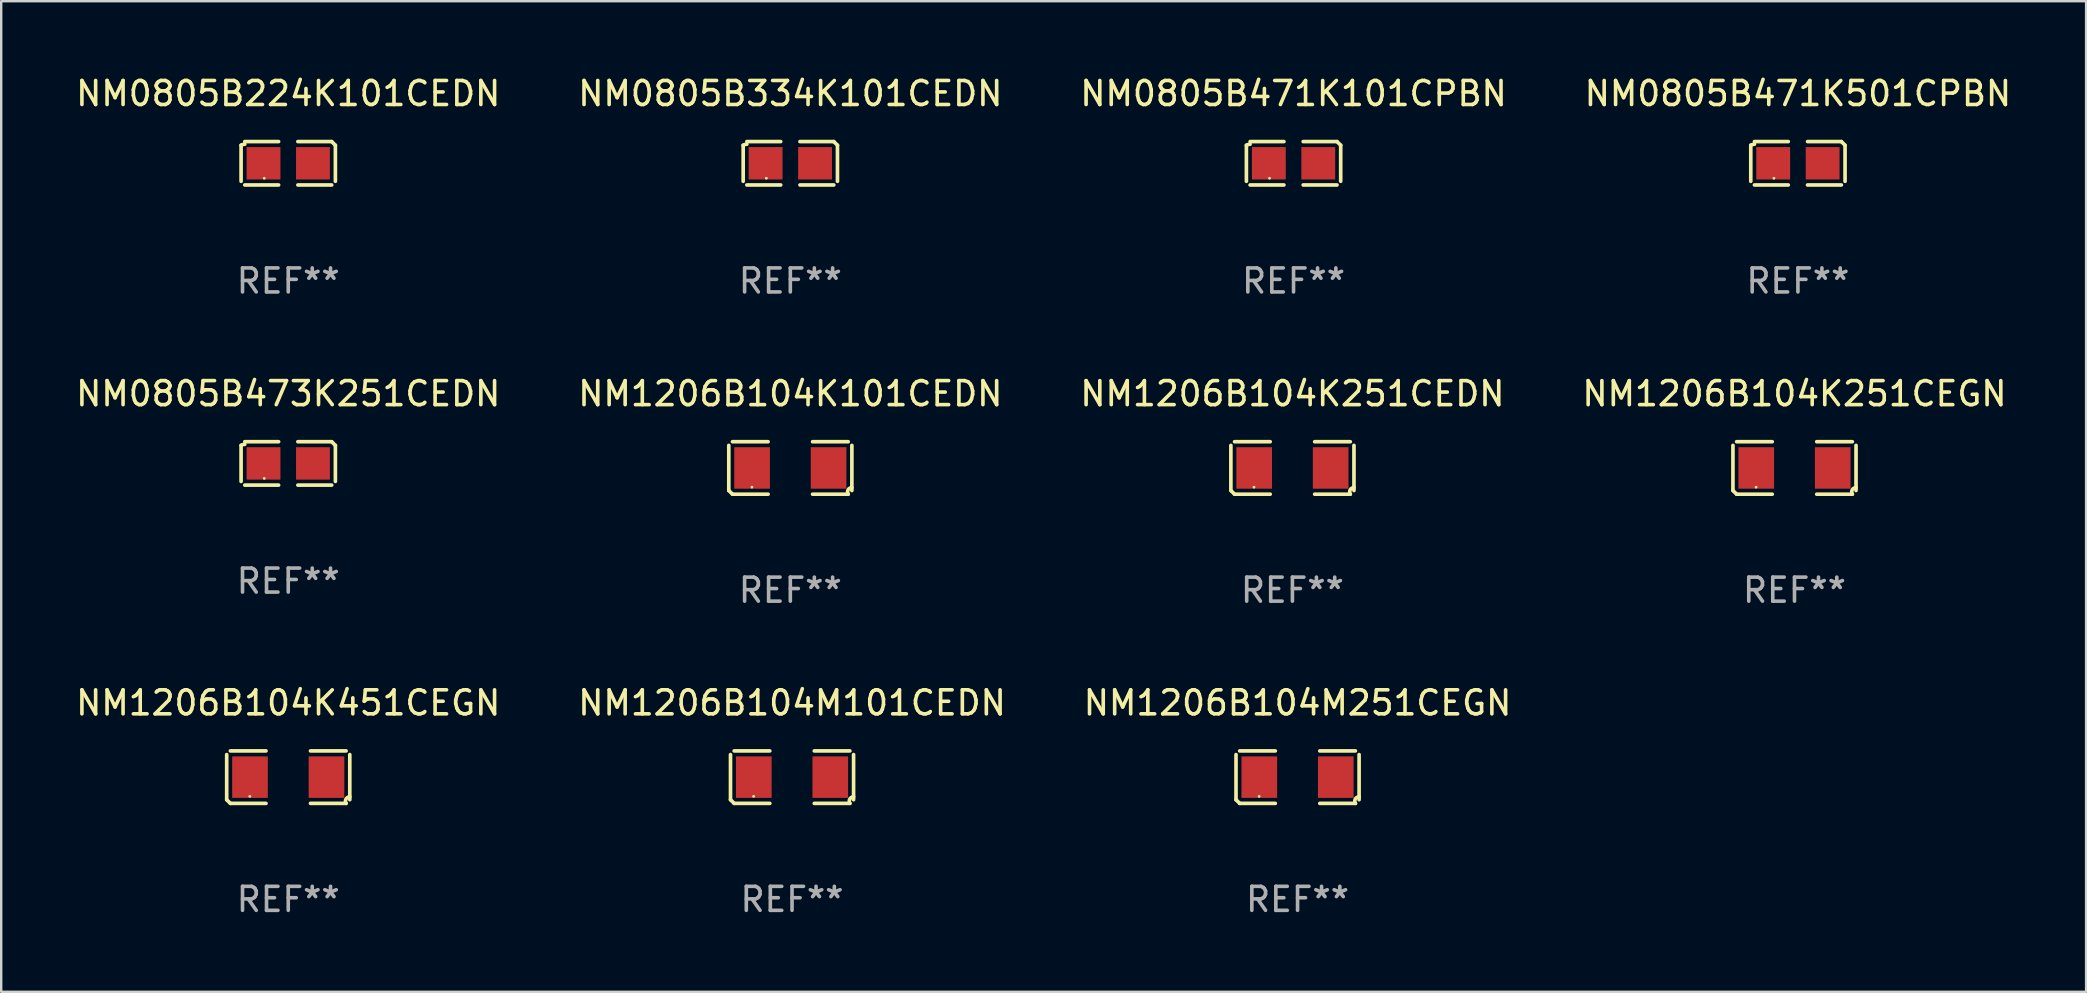
<source format=kicad_pcb>
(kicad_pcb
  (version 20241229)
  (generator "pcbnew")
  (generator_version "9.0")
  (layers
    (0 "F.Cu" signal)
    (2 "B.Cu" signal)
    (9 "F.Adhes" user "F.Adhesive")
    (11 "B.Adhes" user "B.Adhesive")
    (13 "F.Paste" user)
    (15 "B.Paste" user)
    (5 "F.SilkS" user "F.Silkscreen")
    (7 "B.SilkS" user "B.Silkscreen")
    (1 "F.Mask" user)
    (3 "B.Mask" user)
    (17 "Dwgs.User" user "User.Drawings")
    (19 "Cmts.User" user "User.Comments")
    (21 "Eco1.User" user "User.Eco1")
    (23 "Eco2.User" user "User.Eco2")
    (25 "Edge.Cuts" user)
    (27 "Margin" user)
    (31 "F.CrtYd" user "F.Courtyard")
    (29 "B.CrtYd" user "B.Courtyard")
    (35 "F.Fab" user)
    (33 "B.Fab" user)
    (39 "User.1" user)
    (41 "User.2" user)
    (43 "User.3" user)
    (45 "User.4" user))
  (footprint "NM1206B104M101CEDN"
    (layer "F.Cu")
    (at 29.946 29.326)
    (property "Reference" "NM1206B104M101CEDN" (at 0 -3.093 0) (layer "F.SilkS") (effects (font (size 1 1) (thickness 0.15))))
    (attr through_hole)
    (fp_line (start -2.564 0.94) (end -2.564 -0.94) (stroke (width 0.152) (type solid)) (layer "F.SilkS"))
    (fp_line (start -2.411 -1.093) (end -0.926 -1.093) (stroke (width 0.152) (type solid)) (layer "F.SilkS"))
    (fp_line (start -0.926 1.093) (end -2.411 1.093) (stroke (width 0.152) (type solid)) (layer "F.SilkS"))
    (fp_line (start 0.926 1.093) (end 2.411 1.093) (stroke (width 0.152) (type solid)) (layer "F.SilkS"))
    (fp_line (start 2.411 -1.093) (end 0.926 -1.093) (stroke (width 0.152) (type solid)) (layer "F.SilkS"))
    (fp_line (start 2.564 0.94) (end 2.564 -0.94) (stroke (width 0.152) (type solid)) (layer "F.SilkS"))
    (fp_arc (start -2.411201 1.092609) (mid -2.487413 1.01642) (end -2.563602 0.940208) (stroke (width 0.1524) (type solid)) (layer "F.SilkS"))
    (fp_arc (start 2.411201 1.092609) (mid 2.407159 0.911226) (end 2.563602 0.819347) (stroke (width 0.1524) (type solid)) (layer "F.SilkS"))
    (fp_circle (center -1.6 0.8) (end -1.57 0.8) (stroke (width 0.06) (type solid)) (fill no) (layer "F.SilkS"))
    (fp_text user "REF**" (at 0 5.093 0) (layer "F.Fab") (effects (font (size 1 1) (thickness 0.15))))
    (pad "1" smd rect (at -1.593 0) (size 1.485 1.728) (layers "F.Cu" "F.Mask" "F.Paste"))
    (pad "2" smd rect (at 1.593 0) (size 1.485 1.728) (layers "F.Cu" "F.Mask" "F.Paste")))
  (footprint "NM1206B104M251CEGN"
    (layer "F.Cu")
    (at 51.006 29.326)
    (property "Reference" "NM1206B104M251CEGN" (at 0 -3.093 0) (layer "F.SilkS") (effects (font (size 1 1) (thickness 0.15))))
    (attr through_hole)
    (fp_line (start -2.564 0.94) (end -2.564 -0.94) (stroke (width 0.152) (type solid)) (layer "F.SilkS"))
    (fp_line (start -2.411 -1.093) (end -0.926 -1.093) (stroke (width 0.152) (type solid)) (layer "F.SilkS"))
    (fp_line (start -0.926 1.093) (end -2.411 1.093) (stroke (width 0.152) (type solid)) (layer "F.SilkS"))
    (fp_line (start 0.926 1.093) (end 2.411 1.093) (stroke (width 0.152) (type solid)) (layer "F.SilkS"))
    (fp_line (start 2.411 -1.093) (end 0.926 -1.093) (stroke (width 0.152) (type solid)) (layer "F.SilkS"))
    (fp_line (start 2.564 0.94) (end 2.564 -0.94) (stroke (width 0.152) (type solid)) (layer "F.SilkS"))
    (fp_arc (start -2.411201 1.092609) (mid -2.487413 1.01642) (end -2.563602 0.940208) (stroke (width 0.1524) (type solid)) (layer "F.SilkS"))
    (fp_arc (start 2.411201 1.092609) (mid 2.407159 0.911226) (end 2.563602 0.819347) (stroke (width 0.1524) (type solid)) (layer "F.SilkS"))
    (fp_circle (center -1.6 0.8) (end -1.57 0.8) (stroke (width 0.06) (type solid)) (fill no) (layer "F.SilkS"))
    (fp_text user "REF**" (at 0 5.093 0) (layer "F.Fab") (effects (font (size 1 1) (thickness 0.15))))
    (pad "1" smd rect (at -1.593 0) (size 1.485 1.728) (layers "F.Cu" "F.Mask" "F.Paste"))
    (pad "2" smd rect (at 1.593 0) (size 1.485 1.728) (layers "F.Cu" "F.Mask" "F.Paste")))
  (footprint "NM1206B104K251CEGN"
    (layer "F.Cu")
    (at 71.708 16.445)
    (property "Reference" "NM1206B104K251CEGN" (at 0 -3.093 0) (layer "F.SilkS") (effects (font (size 1 1) (thickness 0.15))))
    (attr through_hole)
    (fp_line (start -2.564 0.94) (end -2.564 -0.94) (stroke (width 0.152) (type solid)) (layer "F.SilkS"))
    (fp_line (start -2.411 -1.093) (end -0.926 -1.093) (stroke (width 0.152) (type solid)) (layer "F.SilkS"))
    (fp_line (start -0.926 1.093) (end -2.411 1.093) (stroke (width 0.152) (type solid)) (layer "F.SilkS"))
    (fp_line (start 0.926 1.093) (end 2.411 1.093) (stroke (width 0.152) (type solid)) (layer "F.SilkS"))
    (fp_line (start 2.411 -1.093) (end 0.926 -1.093) (stroke (width 0.152) (type solid)) (layer "F.SilkS"))
    (fp_line (start 2.564 0.94) (end 2.564 -0.94) (stroke (width 0.152) (type solid)) (layer "F.SilkS"))
    (fp_arc (start -2.411201 1.092609) (mid -2.487413 1.01642) (end -2.563602 0.940208) (stroke (width 0.1524) (type solid)) (layer "F.SilkS"))
    (fp_arc (start 2.411201 1.092609) (mid 2.407159 0.911226) (end 2.563602 0.819347) (stroke (width 0.1524) (type solid)) (layer "F.SilkS"))
    (fp_circle (center -1.6 0.8) (end -1.57 0.8) (stroke (width 0.06) (type solid)) (fill no) (layer "F.SilkS"))
    (fp_text user "REF**" (at 0 5.093 0) (layer "F.Fab") (effects (font (size 1 1) (thickness 0.15))))
    (pad "1" smd rect (at -1.593 0) (size 1.485 1.728) (layers "F.Cu" "F.Mask" "F.Paste"))
    (pad "2" smd rect (at 1.593 0) (size 1.485 1.728) (layers "F.Cu" "F.Mask" "F.Paste")))
  (footprint "NM0805B471K501CPBN"
    (layer "F.Cu")
    (at 71.851 3.752)
    (property "Reference" "NM0805B471K501CPBN" (at 0 -2.904 0) (layer "F.SilkS") (effects (font (size 1 1) (thickness 0.15))))
    (attr through_hole)
    (fp_line (start -1.964 0.751) (end -1.964 -0.751) (stroke (width 0.152) (type solid)) (layer "F.SilkS"))
    (fp_line (start -1.811 -0.904) (end -0.401 -0.904) (stroke (width 0.152) (type solid)) (layer "F.SilkS"))
    (fp_line (start -0.401 0.904) (end -1.811 0.904) (stroke (width 0.152) (type solid)) (layer "F.SilkS"))
    (fp_line (start 0.401 0.904) (end 1.811 0.904) (stroke (width 0.152) (type solid)) (layer "F.SilkS"))
    (fp_line (start 1.811 -0.904) (end 0.401 -0.904) (stroke (width 0.152) (type solid)) (layer "F.SilkS"))
    (fp_line (start 1.964 0.751) (end 1.964 -0.751) (stroke (width 0.152) (type solid)) (layer "F.SilkS"))
    (fp_arc (start -1.963602 -0.751207) (mid -1.890354 -0.783131) (end -1.811201 -0.794044) (stroke (width 0.1524) (type solid)) (layer "F.SilkS"))
    (fp_arc (start 1.811202 -0.903607) (mid 1.887413 -0.827418) (end 1.963602 -0.751207) (stroke (width 0.1524) (type solid)) (layer "F.SilkS"))
    (fp_circle (center -1 0.625) (end -0.97 0.625) (stroke (width 0.06) (type solid)) (fill no) (layer "F.SilkS"))
    (fp_text user "REF**" (at 0 4.904 0) (layer "F.Fab") (effects (font (size 1 1) (thickness 0.15))))
    (pad "1" smd rect (at -1.03 0) (size 1.41 1.35) (layers "F.Cu" "F.Mask" "F.Paste"))
    (pad "2" smd rect (at 1.03 0) (size 1.41 1.35) (layers "F.Cu" "F.Mask" "F.Paste")))
  (footprint "NM1206B104K251CEDN"
    (layer "F.Cu")
    (at 50.792 16.445)
    (property "Reference" "NM1206B104K251CEDN" (at 0 -3.093 0) (layer "F.SilkS") (effects (font (size 1 1) (thickness 0.15))))
    (attr through_hole)
    (fp_line (start -2.564 0.94) (end -2.564 -0.94) (stroke (width 0.152) (type solid)) (layer "F.SilkS"))
    (fp_line (start -2.411 -1.093) (end -0.926 -1.093) (stroke (width 0.152) (type solid)) (layer "F.SilkS"))
    (fp_line (start -0.926 1.093) (end -2.411 1.093) (stroke (width 0.152) (type solid)) (layer "F.SilkS"))
    (fp_line (start 0.926 1.093) (end 2.411 1.093) (stroke (width 0.152) (type solid)) (layer "F.SilkS"))
    (fp_line (start 2.411 -1.093) (end 0.926 -1.093) (stroke (width 0.152) (type solid)) (layer "F.SilkS"))
    (fp_line (start 2.564 0.94) (end 2.564 -0.94) (stroke (width 0.152) (type solid)) (layer "F.SilkS"))
    (fp_arc (start -2.411201 1.092609) (mid -2.487413 1.01642) (end -2.563602 0.940208) (stroke (width 0.1524) (type solid)) (layer "F.SilkS"))
    (fp_arc (start 2.411201 1.092609) (mid 2.407159 0.911226) (end 2.563602 0.819347) (stroke (width 0.1524) (type solid)) (layer "F.SilkS"))
    (fp_circle (center -1.6 0.8) (end -1.57 0.8) (stroke (width 0.06) (type solid)) (fill no) (layer "F.SilkS"))
    (fp_text user "REF**" (at 0 5.093 0) (layer "F.Fab") (effects (font (size 1 1) (thickness 0.15))))
    (pad "1" smd rect (at -1.593 0) (size 1.485 1.728) (layers "F.Cu" "F.Mask" "F.Paste"))
    (pad "2" smd rect (at 1.593 0) (size 1.485 1.728) (layers "F.Cu" "F.Mask" "F.Paste")))
  (footprint "NM1206B104K101CEDN"
    (layer "F.Cu")
    (at 29.875 16.445)
    (property "Reference" "NM1206B104K101CEDN" (at 0 -3.093 0) (layer "F.SilkS") (effects (font (size 1 1) (thickness 0.15))))
    (attr through_hole)
    (fp_line (start -2.564 0.94) (end -2.564 -0.94) (stroke (width 0.152) (type solid)) (layer "F.SilkS"))
    (fp_line (start -2.411 -1.093) (end -0.926 -1.093) (stroke (width 0.152) (type solid)) (layer "F.SilkS"))
    (fp_line (start -0.926 1.093) (end -2.411 1.093) (stroke (width 0.152) (type solid)) (layer "F.SilkS"))
    (fp_line (start 0.926 1.093) (end 2.411 1.093) (stroke (width 0.152) (type solid)) (layer "F.SilkS"))
    (fp_line (start 2.411 -1.093) (end 0.926 -1.093) (stroke (width 0.152) (type solid)) (layer "F.SilkS"))
    (fp_line (start 2.564 0.94) (end 2.564 -0.94) (stroke (width 0.152) (type solid)) (layer "F.SilkS"))
    (fp_arc (start -2.411201 1.092609) (mid -2.487413 1.01642) (end -2.563602 0.940208) (stroke (width 0.1524) (type solid)) (layer "F.SilkS"))
    (fp_arc (start 2.411201 1.092609) (mid 2.407159 0.911226) (end 2.563602 0.819347) (stroke (width 0.1524) (type solid)) (layer "F.SilkS"))
    (fp_circle (center -1.6 0.8) (end -1.57 0.8) (stroke (width 0.06) (type solid)) (fill no) (layer "F.SilkS"))
    (fp_text user "REF**" (at 0 5.093 0) (layer "F.Fab") (effects (font (size 1 1) (thickness 0.15))))
    (pad "1" smd rect (at -1.593 0) (size 1.485 1.728) (layers "F.Cu" "F.Mask" "F.Paste"))
    (pad "2" smd rect (at 1.593 0) (size 1.485 1.728) (layers "F.Cu" "F.Mask" "F.Paste")))
  (footprint "NM0805B334K101CEDN"
    (layer "F.Cu")
    (at 29.875 3.752)
    (property "Reference" "NM0805B334K101CEDN" (at 0 -2.904 0) (layer "F.SilkS") (effects (font (size 1 1) (thickness 0.15))))
    (attr through_hole)
    (fp_line (start -1.964 0.751) (end -1.964 -0.751) (stroke (width 0.152) (type solid)) (layer "F.SilkS"))
    (fp_line (start -1.811 -0.904) (end -0.401 -0.904) (stroke (width 0.152) (type solid)) (layer "F.SilkS"))
    (fp_line (start -0.401 0.904) (end -1.811 0.904) (stroke (width 0.152) (type solid)) (layer "F.SilkS"))
    (fp_line (start 0.401 0.904) (end 1.811 0.904) (stroke (width 0.152) (type solid)) (layer "F.SilkS"))
    (fp_line (start 1.811 -0.904) (end 0.401 -0.904) (stroke (width 0.152) (type solid)) (layer "F.SilkS"))
    (fp_line (start 1.964 0.751) (end 1.964 -0.751) (stroke (width 0.152) (type solid)) (layer "F.SilkS"))
    (fp_arc (start -1.963602 -0.751207) (mid -1.890354 -0.783131) (end -1.811201 -0.794044) (stroke (width 0.1524) (type solid)) (layer "F.SilkS"))
    (fp_arc (start 1.811202 -0.903607) (mid 1.887413 -0.827418) (end 1.963602 -0.751207) (stroke (width 0.1524) (type solid)) (layer "F.SilkS"))
    (fp_circle (center -1 0.625) (end -0.97 0.625) (stroke (width 0.06) (type solid)) (fill no) (layer "F.SilkS"))
    (fp_text user "REF**" (at 0 4.904 0) (layer "F.Fab") (effects (font (size 1 1) (thickness 0.15))))
    (pad "1" smd rect (at -1.03 0) (size 1.41 1.35) (layers "F.Cu" "F.Mask" "F.Paste"))
    (pad "2" smd rect (at 1.03 0) (size 1.41 1.35) (layers "F.Cu" "F.Mask" "F.Paste")))
  (footprint "NM1206B104K451CEGN"
    (layer "F.Cu")
    (at 8.958 29.326)
    (property "Reference" "NM1206B104K451CEGN" (at 0 -3.093 0) (layer "F.SilkS") (effects (font (size 1 1) (thickness 0.15))))
    (attr through_hole)
    (fp_line (start -2.564 0.94) (end -2.564 -0.94) (stroke (width 0.152) (type solid)) (layer "F.SilkS"))
    (fp_line (start -2.411 -1.093) (end -0.926 -1.093) (stroke (width 0.152) (type solid)) (layer "F.SilkS"))
    (fp_line (start -0.926 1.093) (end -2.411 1.093) (stroke (width 0.152) (type solid)) (layer "F.SilkS"))
    (fp_line (start 0.926 1.093) (end 2.411 1.093) (stroke (width 0.152) (type solid)) (layer "F.SilkS"))
    (fp_line (start 2.411 -1.093) (end 0.926 -1.093) (stroke (width 0.152) (type solid)) (layer "F.SilkS"))
    (fp_line (start 2.564 0.94) (end 2.564 -0.94) (stroke (width 0.152) (type solid)) (layer "F.SilkS"))
    (fp_arc (start -2.411201 1.092609) (mid -2.487413 1.01642) (end -2.563602 0.940208) (stroke (width 0.1524) (type solid)) (layer "F.SilkS"))
    (fp_arc (start 2.411201 1.092609) (mid 2.407159 0.911226) (end 2.563602 0.819347) (stroke (width 0.1524) (type solid)) (layer "F.SilkS"))
    (fp_circle (center -1.6 0.8) (end -1.57 0.8) (stroke (width 0.06) (type solid)) (fill no) (layer "F.SilkS"))
    (fp_text user "REF**" (at 0 5.093 0) (layer "F.Fab") (effects (font (size 1 1) (thickness 0.15))))
    (pad "1" smd rect (at -1.593 0) (size 1.485 1.728) (layers "F.Cu" "F.Mask" "F.Paste"))
    (pad "2" smd rect (at 1.593 0) (size 1.485 1.728) (layers "F.Cu" "F.Mask" "F.Paste")))
  (footprint "NM0805B471K101CPBN"
    (layer "F.Cu")
    (at 50.839 3.752)
    (property "Reference" "NM0805B471K101CPBN" (at 0 -2.904 0) (layer "F.SilkS") (effects (font (size 1 1) (thickness 0.15))))
    (attr through_hole)
    (fp_line (start -1.964 0.751) (end -1.964 -0.751) (stroke (width 0.152) (type solid)) (layer "F.SilkS"))
    (fp_line (start -1.811 -0.904) (end -0.401 -0.904) (stroke (width 0.152) (type solid)) (layer "F.SilkS"))
    (fp_line (start -0.401 0.904) (end -1.811 0.904) (stroke (width 0.152) (type solid)) (layer "F.SilkS"))
    (fp_line (start 0.401 0.904) (end 1.811 0.904) (stroke (width 0.152) (type solid)) (layer "F.SilkS"))
    (fp_line (start 1.811 -0.904) (end 0.401 -0.904) (stroke (width 0.152) (type solid)) (layer "F.SilkS"))
    (fp_line (start 1.964 0.751) (end 1.964 -0.751) (stroke (width 0.152) (type solid)) (layer "F.SilkS"))
    (fp_arc (start -1.963602 -0.751207) (mid -1.890354 -0.783131) (end -1.811201 -0.794044) (stroke (width 0.1524) (type solid)) (layer "F.SilkS"))
    (fp_arc (start 1.811202 -0.903607) (mid 1.887413 -0.827418) (end 1.963602 -0.751207) (stroke (width 0.1524) (type solid)) (layer "F.SilkS"))
    (fp_circle (center -1 0.625) (end -0.97 0.625) (stroke (width 0.06) (type solid)) (fill no) (layer "F.SilkS"))
    (fp_text user "REF**" (at 0 4.904 0) (layer "F.Fab") (effects (font (size 1 1) (thickness 0.15))))
    (pad "1" smd rect (at -1.03 0) (size 1.41 1.35) (layers "F.Cu" "F.Mask" "F.Paste"))
    (pad "2" smd rect (at 1.03 0) (size 1.41 1.35) (layers "F.Cu" "F.Mask" "F.Paste")))
  (footprint "NM0805B473K251CEDN"
    (layer "F.Cu")
    (at 8.958 16.256)
    (property "Reference" "NM0805B473K251CEDN" (at 0 -2.904 0) (layer "F.SilkS") (effects (font (size 1 1) (thickness 0.15))))
    (attr through_hole)
    (fp_line (start -1.964 0.751) (end -1.964 -0.751) (stroke (width 0.152) (type solid)) (layer "F.SilkS"))
    (fp_line (start -1.811 -0.904) (end -0.401 -0.904) (stroke (width 0.152) (type solid)) (layer "F.SilkS"))
    (fp_line (start -0.401 0.904) (end -1.811 0.904) (stroke (width 0.152) (type solid)) (layer "F.SilkS"))
    (fp_line (start 0.401 0.904) (end 1.811 0.904) (stroke (width 0.152) (type solid)) (layer "F.SilkS"))
    (fp_line (start 1.811 -0.904) (end 0.401 -0.904) (stroke (width 0.152) (type solid)) (layer "F.SilkS"))
    (fp_line (start 1.964 0.751) (end 1.964 -0.751) (stroke (width 0.152) (type solid)) (layer "F.SilkS"))
    (fp_arc (start -1.963602 -0.751207) (mid -1.890354 -0.783131) (end -1.811201 -0.794044) (stroke (width 0.1524) (type solid)) (layer "F.SilkS"))
    (fp_arc (start 1.811202 -0.903607) (mid 1.887413 -0.827418) (end 1.963602 -0.751207) (stroke (width 0.1524) (type solid)) (layer "F.SilkS"))
    (fp_circle (center -1 0.625) (end -0.97 0.625) (stroke (width 0.06) (type solid)) (fill no) (layer "F.SilkS"))
    (fp_text user "REF**" (at 0 4.904 0) (layer "F.Fab") (effects (font (size 1 1) (thickness 0.15))))
    (pad "1" smd rect (at -1.03 0) (size 1.41 1.35) (layers "F.Cu" "F.Mask" "F.Paste"))
    (pad "2" smd rect (at 1.03 0) (size 1.41 1.35) (layers "F.Cu" "F.Mask" "F.Paste")))
  (footprint "NM0805B224K101CEDN"
    (layer "F.Cu")
    (at 8.958 3.752)
    (property "Reference" "NM0805B224K101CEDN" (at 0 -2.904 0) (layer "F.SilkS") (effects (font (size 1 1) (thickness 0.15))))
    (attr through_hole)
    (fp_line (start -1.964 0.751) (end -1.964 -0.751) (stroke (width 0.152) (type solid)) (layer "F.SilkS"))
    (fp_line (start -1.811 -0.904) (end -0.401 -0.904) (stroke (width 0.152) (type solid)) (layer "F.SilkS"))
    (fp_line (start -0.401 0.904) (end -1.811 0.904) (stroke (width 0.152) (type solid)) (layer "F.SilkS"))
    (fp_line (start 0.401 0.904) (end 1.811 0.904) (stroke (width 0.152) (type solid)) (layer "F.SilkS"))
    (fp_line (start 1.811 -0.904) (end 0.401 -0.904) (stroke (width 0.152) (type solid)) (layer "F.SilkS"))
    (fp_line (start 1.964 0.751) (end 1.964 -0.751) (stroke (width 0.152) (type solid)) (layer "F.SilkS"))
    (fp_arc (start -1.963602 -0.751207) (mid -1.890354 -0.783131) (end -1.811201 -0.794044) (stroke (width 0.1524) (type solid)) (layer "F.SilkS"))
    (fp_arc (start 1.811202 -0.903607) (mid 1.887413 -0.827418) (end 1.963602 -0.751207) (stroke (width 0.1524) (type solid)) (layer "F.SilkS"))
    (fp_circle (center -1 0.625) (end -0.97 0.625) (stroke (width 0.06) (type solid)) (fill no) (layer "F.SilkS"))
    (fp_text user "REF**" (at 0 4.904 0) (layer "F.Fab") (effects (font (size 1 1) (thickness 0.15))))
    (pad "1" smd rect (at -1.03 0) (size 1.41 1.35) (layers "F.Cu" "F.Mask" "F.Paste"))
    (pad "2" smd rect (at 1.03 0) (size 1.41 1.35) (layers "F.Cu" "F.Mask" "F.Paste")))
  (gr_rect
    (start -3 -3)
    (end 83.857 38.267)
    (stroke (width 0.1) (type default))
    (fill no)
    (layer "Edge.Cuts")))
</source>
